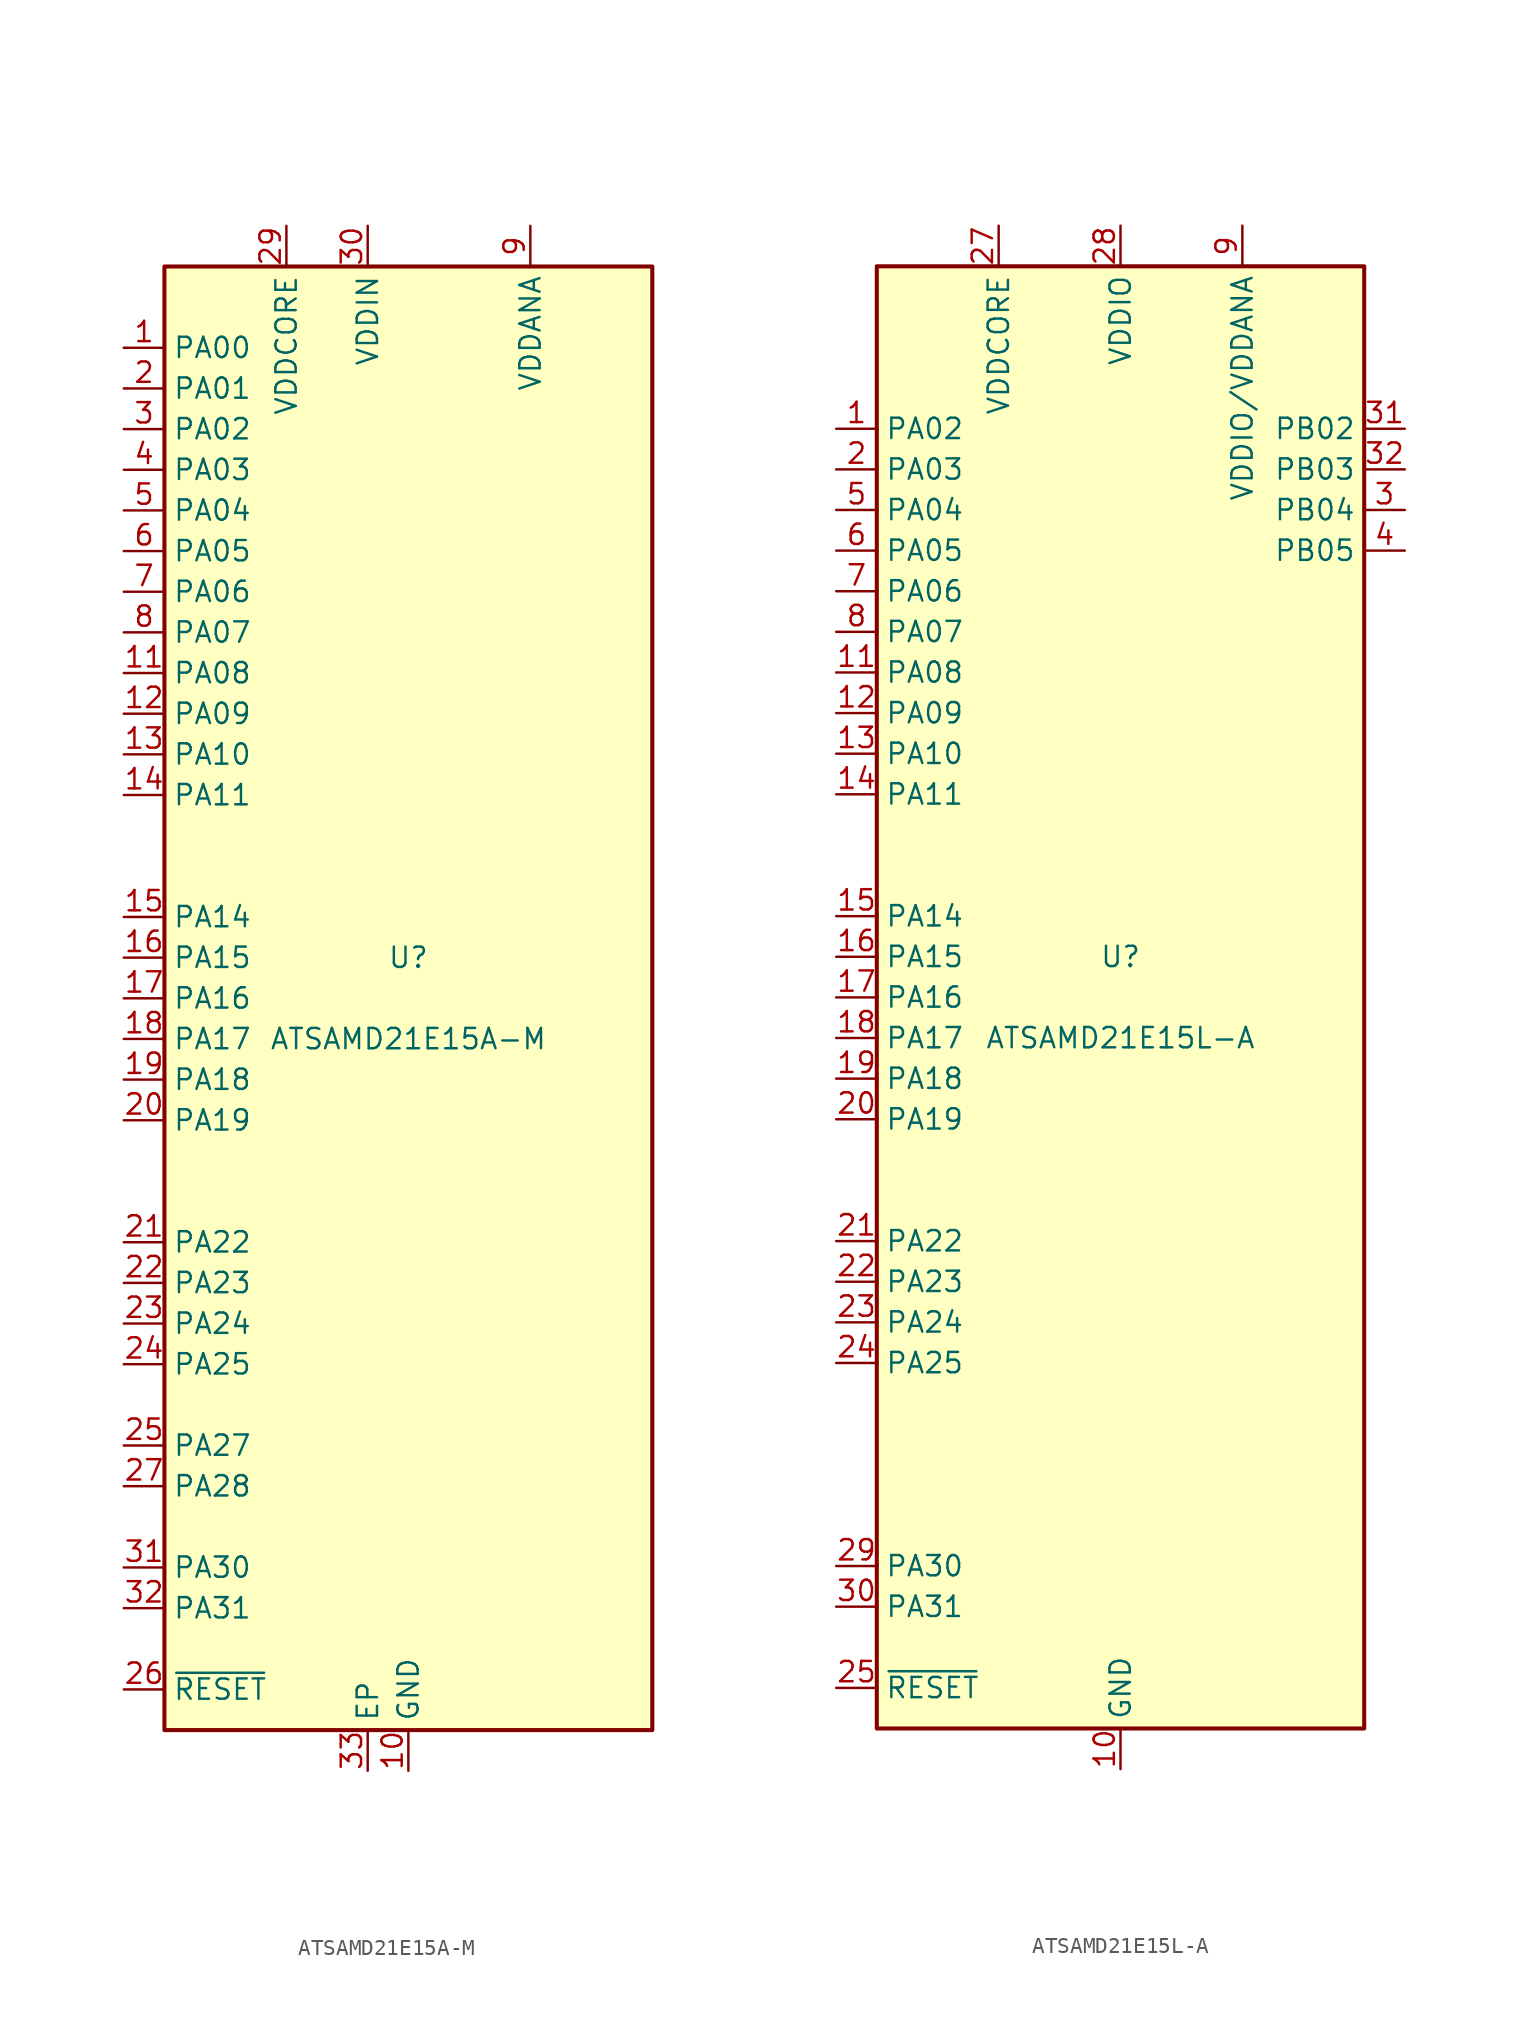
<source format=kicad_sym>
(kicad_symbol_lib
  (version 20231120)
  (generator "kicad_symbol_editor")
  (generator_version "8.0")
  (symbol "ATSAMD21E15A-M"
    (property "Reference" "U"
      (at 0 2.54 0)
      (effects (font (size 1.27 1.27))))
    (property "Value" "ATSAMD21E15A-M"
      (at 0 -2.54 0)
      (effects (font (size 1.27 1.27))))
    (symbol "ATSAMD21E15A-M_1_1"
      (rectangle (start -15.24 45.72) (end 15.24 -45.72) (stroke (width 0.254) (type default)) (fill (type background)))
      (pin bidirectional line (at -17.78 40.64 0) (length 2.54) (name "PA00" (effects (font (size 1.27 1.27)))) (number "1" (effects (font (size 1.27 1.27)))))
      (pin power_in line (at 0 -48.26 90) (length 2.54) (name "GND" (effects (font (size 1.27 1.27)))) (number "10" (effects (font (size 1.27 1.27)))))
      (pin bidirectional line (at -17.78 20.32 0) (length 2.54) (name "PA08" (effects (font (size 1.27 1.27)))) (number "11" (effects (font (size 1.27 1.27)))))
      (pin bidirectional line (at -17.78 17.78 0) (length 2.54) (name "PA09" (effects (font (size 1.27 1.27)))) (number "12" (effects (font (size 1.27 1.27)))))
      (pin bidirectional line (at -17.78 15.24 0) (length 2.54) (name "PA10" (effects (font (size 1.27 1.27)))) (number "13" (effects (font (size 1.27 1.27)))))
      (pin bidirectional line (at -17.78 12.7 0) (length 2.54) (name "PA11" (effects (font (size 1.27 1.27)))) (number "14" (effects (font (size 1.27 1.27)))))
      (pin bidirectional line (at -17.78 5.08 0) (length 2.54) (name "PA14" (effects (font (size 1.27 1.27)))) (number "15" (effects (font (size 1.27 1.27)))))
      (pin bidirectional line (at -17.78 2.54 0) (length 2.54) (name "PA15" (effects (font (size 1.27 1.27)))) (number "16" (effects (font (size 1.27 1.27)))))
      (pin bidirectional line (at -17.78 0 0) (length 2.54) (name "PA16" (effects (font (size 1.27 1.27)))) (number "17" (effects (font (size 1.27 1.27)))))
      (pin bidirectional line (at -17.78 -2.54 0) (length 2.54) (name "PA17" (effects (font (size 1.27 1.27)))) (number "18" (effects (font (size 1.27 1.27)))))
      (pin bidirectional line (at -17.78 -5.08 0) (length 2.54) (name "PA18" (effects (font (size 1.27 1.27)))) (number "19" (effects (font (size 1.27 1.27)))))
      (pin bidirectional line (at -17.78 38.1 0) (length 2.54) (name "PA01" (effects (font (size 1.27 1.27)))) (number "2" (effects (font (size 1.27 1.27)))))
      (pin bidirectional line (at -17.78 -7.62 0) (length 2.54) (name "PA19" (effects (font (size 1.27 1.27)))) (number "20" (effects (font (size 1.27 1.27)))))
      (pin bidirectional line (at -17.78 -15.24 0) (length 2.54) (name "PA22" (effects (font (size 1.27 1.27)))) (number "21" (effects (font (size 1.27 1.27)))))
      (pin bidirectional line (at -17.78 -17.78 0) (length 2.54) (name "PA23" (effects (font (size 1.27 1.27)))) (number "22" (effects (font (size 1.27 1.27)))))
      (pin bidirectional line (at -17.78 -20.32 0) (length 2.54) (name "PA24" (effects (font (size 1.27 1.27)))) (number "23" (effects (font (size 1.27 1.27)))))
      (pin bidirectional line (at -17.78 -22.86 0) (length 2.54) (name "PA25" (effects (font (size 1.27 1.27)))) (number "24" (effects (font (size 1.27 1.27)))))
      (pin bidirectional line (at -17.78 -27.94 0) (length 2.54) (name "PA27" (effects (font (size 1.27 1.27)))) (number "25" (effects (font (size 1.27 1.27)))))
      (pin input line (at -17.78 -43.18 0) (length 2.54) (name "~{RESET}" (effects (font (size 1.27 1.27)))) (number "26" (effects (font (size 1.27 1.27)))))
      (pin bidirectional line (at -17.78 -30.48 0) (length 2.54) (name "PA28" (effects (font (size 1.27 1.27)))) (number "27" (effects (font (size 1.27 1.27)))))
      (pin passive line (at 0 -48.26 90) (length 2.54) hide (name "GND" (effects (font (size 1.27 1.27)))) (number "28" (effects (font (size 1.27 1.27)))))
      (pin power_out line (at -7.62 48.26 270) (length 2.54) (name "VDDCORE" (effects (font (size 1.27 1.27)))) (number "29" (effects (font (size 1.27 1.27)))))
      (pin bidirectional line (at -17.78 35.56 0) (length 2.54) (name "PA02" (effects (font (size 1.27 1.27)))) (number "3" (effects (font (size 1.27 1.27)))))
      (pin power_in line (at -2.54 48.26 270) (length 2.54) (name "VDDIN" (effects (font (size 1.27 1.27)))) (number "30" (effects (font (size 1.27 1.27)))))
      (pin bidirectional line (at -17.78 -35.56 0) (length 2.54) (name "PA30" (effects (font (size 1.27 1.27)))) (number "31" (effects (font (size 1.27 1.27)))))
      (pin bidirectional line (at -17.78 -38.1 0) (length 2.54) (name "PA31" (effects (font (size 1.27 1.27)))) (number "32" (effects (font (size 1.27 1.27)))))
      (pin passive line (at -2.54 -48.26 90) (length 2.54) (name "EP" (effects (font (size 1.27 1.27)))) (number "33" (effects (font (size 1.27 1.27)))))
      (pin bidirectional line (at -17.78 33.02 0) (length 2.54) (name "PA03" (effects (font (size 1.27 1.27)))) (number "4" (effects (font (size 1.27 1.27)))))
      (pin bidirectional line (at -17.78 30.48 0) (length 2.54) (name "PA04" (effects (font (size 1.27 1.27)))) (number "5" (effects (font (size 1.27 1.27)))))
      (pin bidirectional line (at -17.78 27.94 0) (length 2.54) (name "PA05" (effects (font (size 1.27 1.27)))) (number "6" (effects (font (size 1.27 1.27)))))
      (pin bidirectional line (at -17.78 25.4 0) (length 2.54) (name "PA06" (effects (font (size 1.27 1.27)))) (number "7" (effects (font (size 1.27 1.27)))))
      (pin bidirectional line (at -17.78 22.86 0) (length 2.54) (name "PA07" (effects (font (size 1.27 1.27)))) (number "8" (effects (font (size 1.27 1.27)))))
      (pin power_in line (at 7.62 48.26 270) (length 2.54) (name "VDDANA" (effects (font (size 1.27 1.27)))) (number "9" (effects (font (size 1.27 1.27)))))))
  (symbol "ATSAMD21E15L-A"
    (property "Reference" "U"
      (at 0 2.54 0)
      (effects (font (size 1.27 1.27))))
    (property "Value" "ATSAMD21E15L-A"
      (at 0 -2.54 0)
      (effects (font (size 1.27 1.27))))
    (symbol "ATSAMD21E15L-A_1_1"
      (rectangle (start -15.24 45.72) (end 15.24 -45.72) (stroke (width 0.254) (type default)) (fill (type background)))
      (pin bidirectional line (at -17.78 35.56 0) (length 2.54) (name "PA02" (effects (font (size 1.27 1.27)))) (number "1" (effects (font (size 1.27 1.27)))))
      (pin power_in line (at 0 -48.26 90) (length 2.54) (name "GND" (effects (font (size 1.27 1.27)))) (number "10" (effects (font (size 1.27 1.27)))))
      (pin bidirectional line (at -17.78 20.32 0) (length 2.54) (name "PA08" (effects (font (size 1.27 1.27)))) (number "11" (effects (font (size 1.27 1.27)))))
      (pin bidirectional line (at -17.78 17.78 0) (length 2.54) (name "PA09" (effects (font (size 1.27 1.27)))) (number "12" (effects (font (size 1.27 1.27)))))
      (pin bidirectional line (at -17.78 15.24 0) (length 2.54) (name "PA10" (effects (font (size 1.27 1.27)))) (number "13" (effects (font (size 1.27 1.27)))))
      (pin bidirectional line (at -17.78 12.7 0) (length 2.54) (name "PA11" (effects (font (size 1.27 1.27)))) (number "14" (effects (font (size 1.27 1.27)))))
      (pin bidirectional line (at -17.78 5.08 0) (length 2.54) (name "PA14" (effects (font (size 1.27 1.27)))) (number "15" (effects (font (size 1.27 1.27)))))
      (pin bidirectional line (at -17.78 2.54 0) (length 2.54) (name "PA15" (effects (font (size 1.27 1.27)))) (number "16" (effects (font (size 1.27 1.27)))))
      (pin bidirectional line (at -17.78 0 0) (length 2.54) (name "PA16" (effects (font (size 1.27 1.27)))) (number "17" (effects (font (size 1.27 1.27)))))
      (pin bidirectional line (at -17.78 -2.54 0) (length 2.54) (name "PA17" (effects (font (size 1.27 1.27)))) (number "18" (effects (font (size 1.27 1.27)))))
      (pin bidirectional line (at -17.78 -5.08 0) (length 2.54) (name "PA18" (effects (font (size 1.27 1.27)))) (number "19" (effects (font (size 1.27 1.27)))))
      (pin bidirectional line (at -17.78 33.02 0) (length 2.54) (name "PA03" (effects (font (size 1.27 1.27)))) (number "2" (effects (font (size 1.27 1.27)))))
      (pin bidirectional line (at -17.78 -7.62 0) (length 2.54) (name "PA19" (effects (font (size 1.27 1.27)))) (number "20" (effects (font (size 1.27 1.27)))))
      (pin bidirectional line (at -17.78 -15.24 0) (length 2.54) (name "PA22" (effects (font (size 1.27 1.27)))) (number "21" (effects (font (size 1.27 1.27)))))
      (pin bidirectional line (at -17.78 -17.78 0) (length 2.54) (name "PA23" (effects (font (size 1.27 1.27)))) (number "22" (effects (font (size 1.27 1.27)))))
      (pin bidirectional line (at -17.78 -20.32 0) (length 2.54) (name "PA24" (effects (font (size 1.27 1.27)))) (number "23" (effects (font (size 1.27 1.27)))))
      (pin bidirectional line (at -17.78 -22.86 0) (length 2.54) (name "PA25" (effects (font (size 1.27 1.27)))) (number "24" (effects (font (size 1.27 1.27)))))
      (pin input line (at -17.78 -43.18 0) (length 2.54) (name "~{RESET}" (effects (font (size 1.27 1.27)))) (number "25" (effects (font (size 1.27 1.27)))))
      (pin passive line (at 0 -48.26 90) (length 2.54) hide (name "GND" (effects (font (size 1.27 1.27)))) (number "26" (effects (font (size 1.27 1.27)))))
      (pin power_out line (at -7.62 48.26 270) (length 2.54) (name "VDDCORE" (effects (font (size 1.27 1.27)))) (number "27" (effects (font (size 1.27 1.27)))))
      (pin power_in line (at 0 48.26 270) (length 2.54) (name "VDDIO" (effects (font (size 1.27 1.27)))) (number "28" (effects (font (size 1.27 1.27)))))
      (pin bidirectional line (at -17.78 -35.56 0) (length 2.54) (name "PA30" (effects (font (size 1.27 1.27)))) (number "29" (effects (font (size 1.27 1.27)))))
      (pin bidirectional line (at 17.78 30.48 180) (length 2.54) (name "PB04" (effects (font (size 1.27 1.27)))) (number "3" (effects (font (size 1.27 1.27)))))
      (pin bidirectional line (at -17.78 -38.1 0) (length 2.54) (name "PA31" (effects (font (size 1.27 1.27)))) (number "30" (effects (font (size 1.27 1.27)))))
      (pin bidirectional line (at 17.78 35.56 180) (length 2.54) (name "PB02" (effects (font (size 1.27 1.27)))) (number "31" (effects (font (size 1.27 1.27)))))
      (pin bidirectional line (at 17.78 33.02 180) (length 2.54) (name "PB03" (effects (font (size 1.27 1.27)))) (number "32" (effects (font (size 1.27 1.27)))))
      (pin bidirectional line (at 17.78 27.94 180) (length 2.54) (name "PB05" (effects (font (size 1.27 1.27)))) (number "4" (effects (font (size 1.27 1.27)))))
      (pin bidirectional line (at -17.78 30.48 0) (length 2.54) (name "PA04" (effects (font (size 1.27 1.27)))) (number "5" (effects (font (size 1.27 1.27)))))
      (pin bidirectional line (at -17.78 27.94 0) (length 2.54) (name "PA05" (effects (font (size 1.27 1.27)))) (number "6" (effects (font (size 1.27 1.27)))))
      (pin bidirectional line (at -17.78 25.4 0) (length 2.54) (name "PA06" (effects (font (size 1.27 1.27)))) (number "7" (effects (font (size 1.27 1.27)))))
      (pin bidirectional line (at -17.78 22.86 0) (length 2.54) (name "PA07" (effects (font (size 1.27 1.27)))) (number "8" (effects (font (size 1.27 1.27)))))
      (pin power_in line (at 7.62 48.26 270) (length 2.54) (name "VDDIO/VDDANA" (effects (font (size 1.27 1.27)))) (number "9" (effects (font (size 1.27 1.27))))))))
</source>
